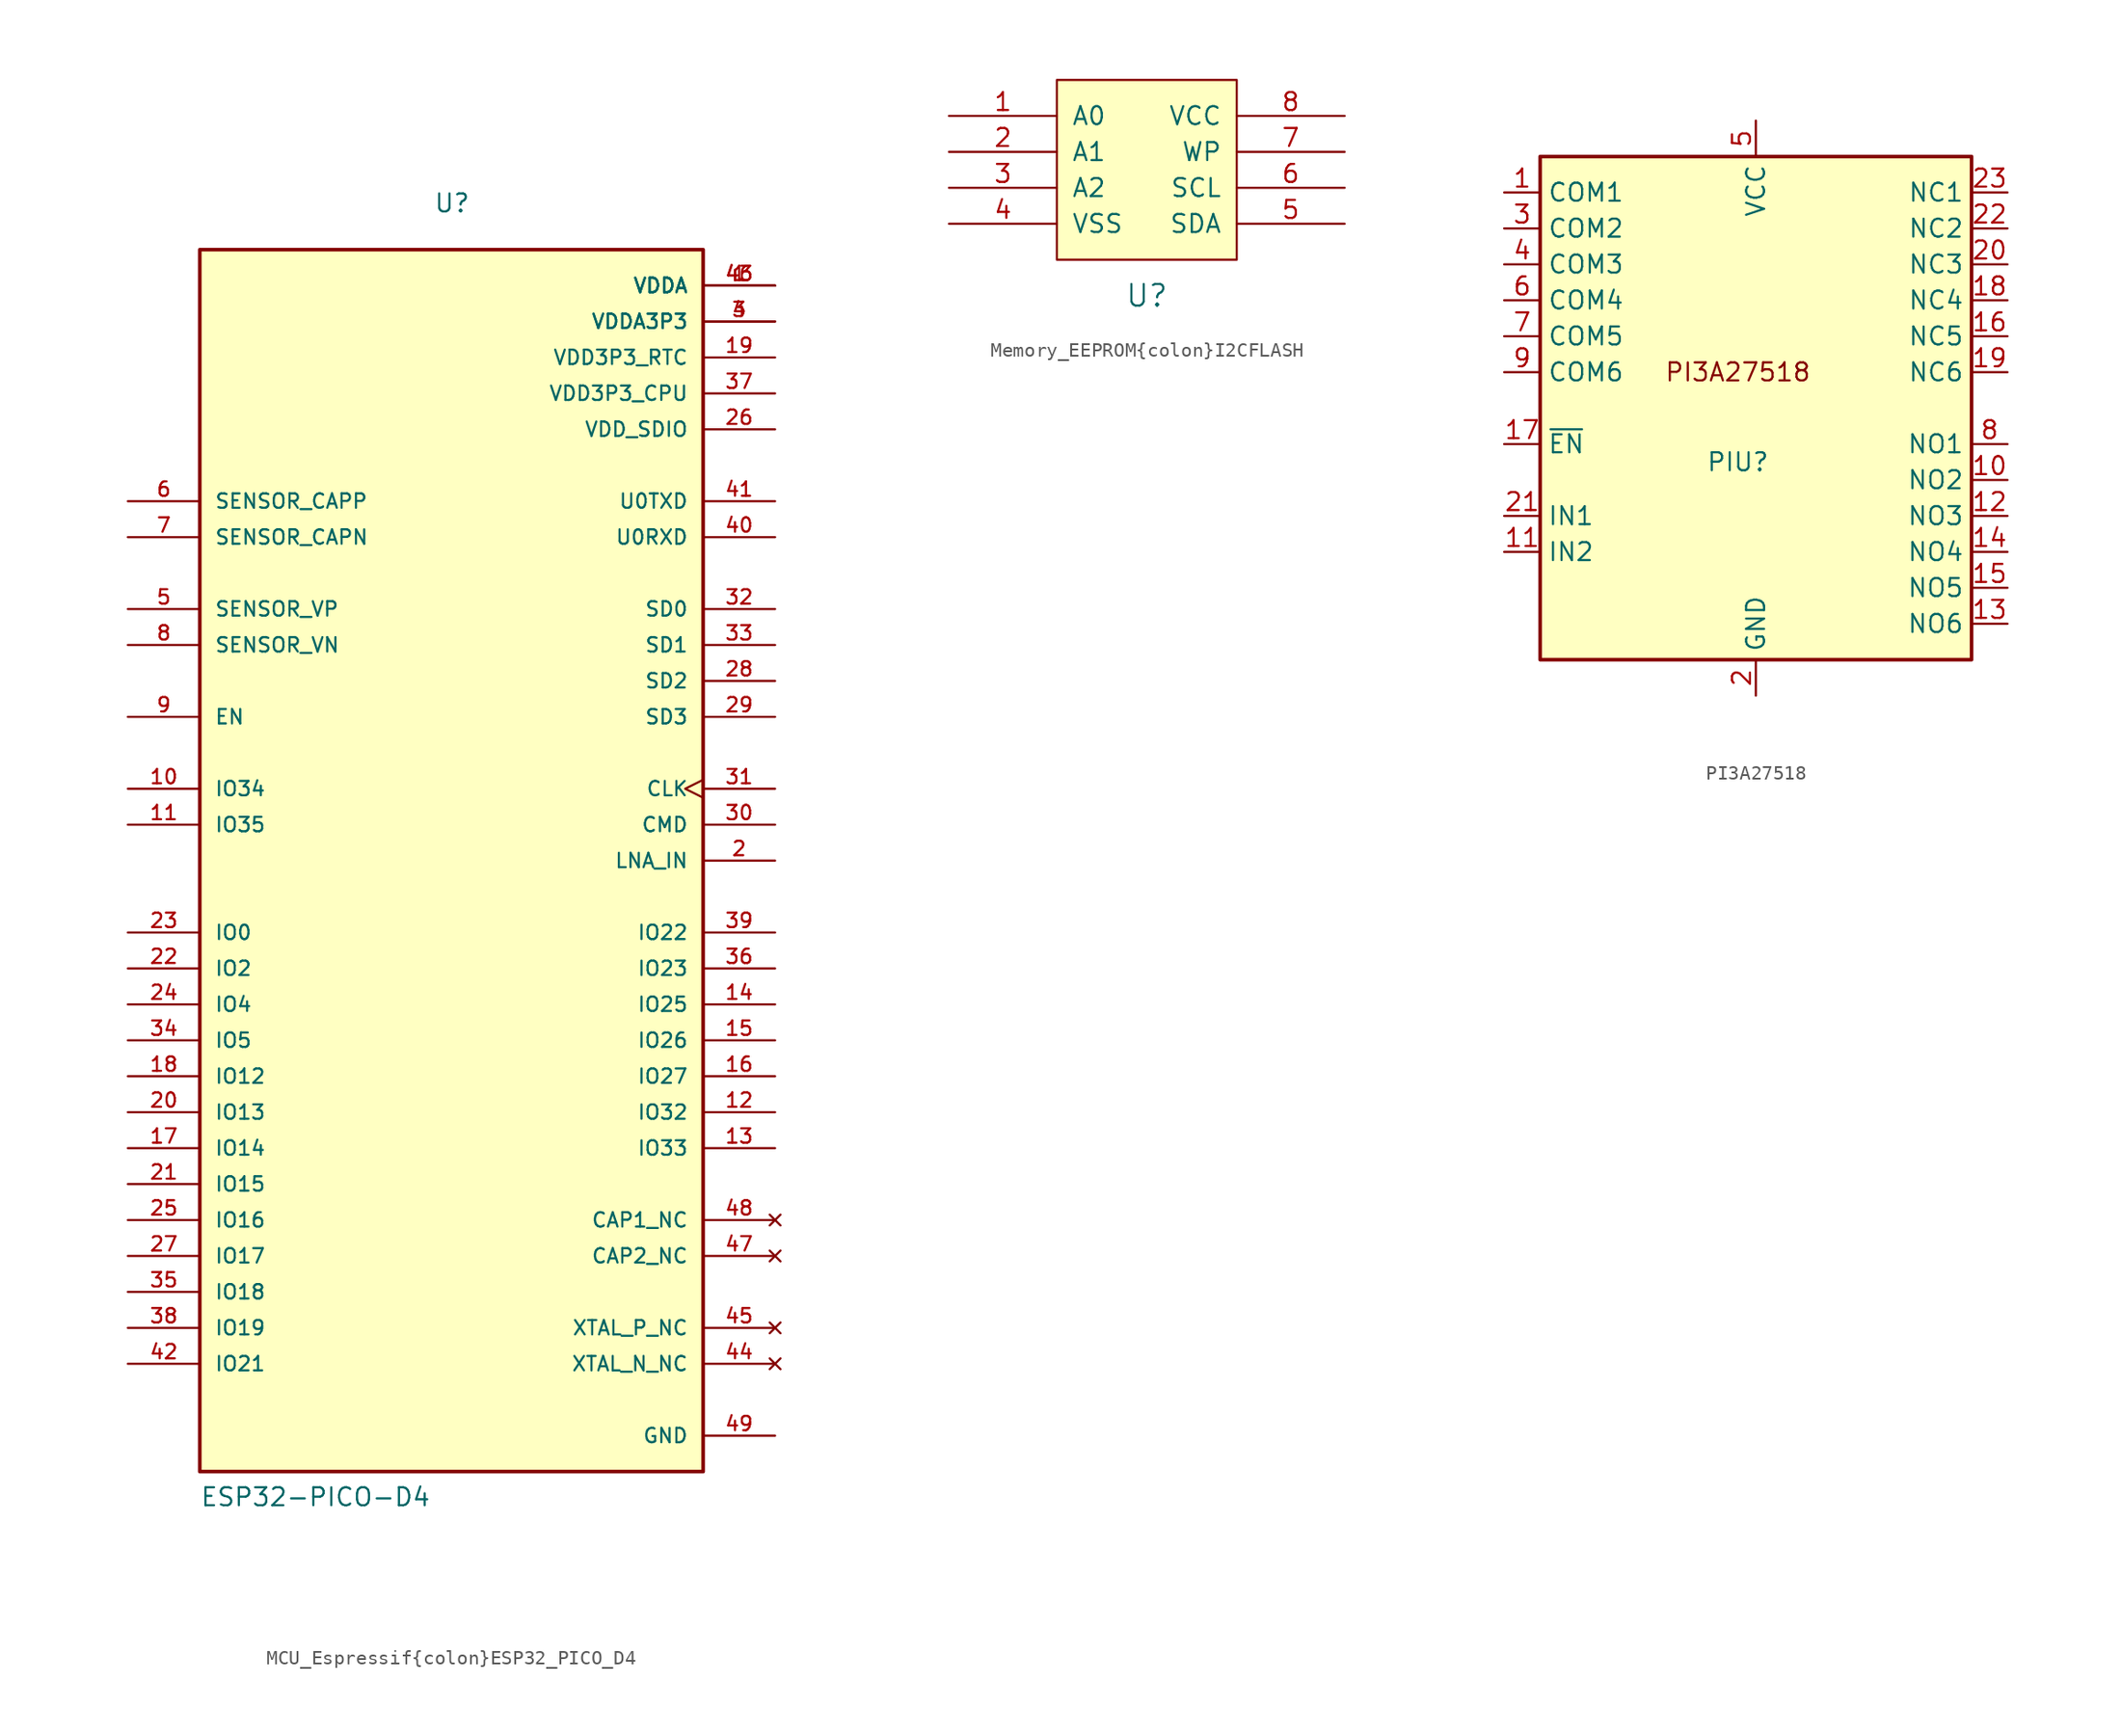
<source format=kicad_sym>
(kicad_symbol_lib
  (version 20220914)
  (generator kicad_symbol_editor)
  (symbol "MCU_Espressif{colon}ESP32_PICO_D4"
    (pin_names
      (offset 1.016))
    (property "Reference" "U"
      (at -1.27 45.72 0)
      (effects (font (size 1.27 1.27)) (justify left bottom)))
    (property "Value" "ESP32-PICO-D4"
      (at -17.78 -45.72 0)
      (effects (font (size 1.27 1.27)) (justify left bottom)))
    (symbol "MCU_Espressif{colon}ESP32_PICO_D4_0_0"
      (rectangle (start -17.78 -43.18) (end 17.78 43.18) (stroke (width 0.254) (type default)) (fill (type background)))
      (pin power_in line (at 22.86 40.64 180) (length 5.08) (name "VDDA" (effects (font (size 1.016 1.016)))) (number "1" (effects (font (size 1.016 1.016)))))
      (pin input line (at -22.86 5.08 0) (length 5.08) (name "IO34" (effects (font (size 1.016 1.016)))) (number "10" (effects (font (size 1.016 1.016)))))
      (pin input line (at -22.86 2.54 0) (length 5.08) (name "IO35" (effects (font (size 1.016 1.016)))) (number "11" (effects (font (size 1.016 1.016)))))
      (pin bidirectional line (at 22.86 -17.78 180) (length 5.08) (name "IO32" (effects (font (size 1.016 1.016)))) (number "12" (effects (font (size 1.016 1.016)))))
      (pin bidirectional line (at 22.86 -20.32 180) (length 5.08) (name "IO33" (effects (font (size 1.016 1.016)))) (number "13" (effects (font (size 1.016 1.016)))))
      (pin bidirectional line (at 22.86 -10.16 180) (length 5.08) (name "IO25" (effects (font (size 1.016 1.016)))) (number "14" (effects (font (size 1.016 1.016)))))
      (pin bidirectional line (at 22.86 -12.7 180) (length 5.08) (name "IO26" (effects (font (size 1.016 1.016)))) (number "15" (effects (font (size 1.016 1.016)))))
      (pin bidirectional line (at 22.86 -15.24 180) (length 5.08) (name "IO27" (effects (font (size 1.016 1.016)))) (number "16" (effects (font (size 1.016 1.016)))))
      (pin bidirectional line (at -22.86 -20.32 0) (length 5.08) (name "IO14" (effects (font (size 1.016 1.016)))) (number "17" (effects (font (size 1.016 1.016)))))
      (pin bidirectional line (at -22.86 -15.24 0) (length 5.08) (name "IO12" (effects (font (size 1.016 1.016)))) (number "18" (effects (font (size 1.016 1.016)))))
      (pin power_in line (at 22.86 35.56 180) (length 5.08) (name "VDD3P3_RTC" (effects (font (size 1.016 1.016)))) (number "19" (effects (font (size 1.016 1.016)))))
      (pin bidirectional line (at 22.86 0 180) (length 5.08) (name "LNA_IN" (effects (font (size 1.016 1.016)))) (number "2" (effects (font (size 1.016 1.016)))))
      (pin bidirectional line (at -22.86 -17.78 0) (length 5.08) (name "IO13" (effects (font (size 1.016 1.016)))) (number "20" (effects (font (size 1.016 1.016)))))
      (pin bidirectional line (at -22.86 -22.86 0) (length 5.08) (name "IO15" (effects (font (size 1.016 1.016)))) (number "21" (effects (font (size 1.016 1.016)))))
      (pin bidirectional line (at -22.86 -7.62 0) (length 5.08) (name "IO2" (effects (font (size 1.016 1.016)))) (number "22" (effects (font (size 1.016 1.016)))))
      (pin bidirectional line (at -22.86 -5.08 0) (length 5.08) (name "IO0" (effects (font (size 1.016 1.016)))) (number "23" (effects (font (size 1.016 1.016)))))
      (pin bidirectional line (at -22.86 -10.16 0) (length 5.08) (name "IO4" (effects (font (size 1.016 1.016)))) (number "24" (effects (font (size 1.016 1.016)))))
      (pin bidirectional line (at -22.86 -25.4 0) (length 5.08) (name "IO16" (effects (font (size 1.016 1.016)))) (number "25" (effects (font (size 1.016 1.016)))))
      (pin power_in line (at 22.86 30.48 180) (length 5.08) (name "VDD_SDIO" (effects (font (size 1.016 1.016)))) (number "26" (effects (font (size 1.016 1.016)))))
      (pin bidirectional line (at -22.86 -27.94 0) (length 5.08) (name "IO17" (effects (font (size 1.016 1.016)))) (number "27" (effects (font (size 1.016 1.016)))))
      (pin bidirectional line (at 22.86 12.7 180) (length 5.08) (name "SD2" (effects (font (size 1.016 1.016)))) (number "28" (effects (font (size 1.016 1.016)))))
      (pin bidirectional line (at 22.86 10.16 180) (length 5.08) (name "SD3" (effects (font (size 1.016 1.016)))) (number "29" (effects (font (size 1.016 1.016)))))
      (pin power_in line (at 22.86 38.1 180) (length 5.08) (name "VDDA3P3" (effects (font (size 1.016 1.016)))) (number "3" (effects (font (size 1.016 1.016)))))
      (pin bidirectional line (at 22.86 2.54 180) (length 5.08) (name "CMD" (effects (font (size 1.016 1.016)))) (number "30" (effects (font (size 1.016 1.016)))))
      (pin bidirectional clock (at 22.86 5.08 180) (length 5.08) (name "CLK" (effects (font (size 1.016 1.016)))) (number "31" (effects (font (size 1.016 1.016)))))
      (pin bidirectional line (at 22.86 17.78 180) (length 5.08) (name "SD0" (effects (font (size 1.016 1.016)))) (number "32" (effects (font (size 1.016 1.016)))))
      (pin bidirectional line (at 22.86 15.24 180) (length 5.08) (name "SD1" (effects (font (size 1.016 1.016)))) (number "33" (effects (font (size 1.016 1.016)))))
      (pin bidirectional line (at -22.86 -12.7 0) (length 5.08) (name "IO5" (effects (font (size 1.016 1.016)))) (number "34" (effects (font (size 1.016 1.016)))))
      (pin bidirectional line (at -22.86 -30.48 0) (length 5.08) (name "IO18" (effects (font (size 1.016 1.016)))) (number "35" (effects (font (size 1.016 1.016)))))
      (pin bidirectional line (at 22.86 -7.62 180) (length 5.08) (name "IO23" (effects (font (size 1.016 1.016)))) (number "36" (effects (font (size 1.016 1.016)))))
      (pin power_in line (at 22.86 33.02 180) (length 5.08) (name "VDD3P3_CPU" (effects (font (size 1.016 1.016)))) (number "37" (effects (font (size 1.016 1.016)))))
      (pin bidirectional line (at -22.86 -33.02 0) (length 5.08) (name "IO19" (effects (font (size 1.016 1.016)))) (number "38" (effects (font (size 1.016 1.016)))))
      (pin bidirectional line (at 22.86 -5.08 180) (length 5.08) (name "IO22" (effects (font (size 1.016 1.016)))) (number "39" (effects (font (size 1.016 1.016)))))
      (pin power_in line (at 22.86 38.1 180) (length 5.08) (name "VDDA3P3" (effects (font (size 1.016 1.016)))) (number "4" (effects (font (size 1.016 1.016)))))
      (pin bidirectional line (at 22.86 22.86 180) (length 5.08) (name "U0RXD" (effects (font (size 1.016 1.016)))) (number "40" (effects (font (size 1.016 1.016)))))
      (pin bidirectional line (at 22.86 25.4 180) (length 5.08) (name "U0TXD" (effects (font (size 1.016 1.016)))) (number "41" (effects (font (size 1.016 1.016)))))
      (pin bidirectional line (at -22.86 -35.56 0) (length 5.08) (name "IO21" (effects (font (size 1.016 1.016)))) (number "42" (effects (font (size 1.016 1.016)))))
      (pin power_in line (at 22.86 40.64 180) (length 5.08) (name "VDDA" (effects (font (size 1.016 1.016)))) (number "43" (effects (font (size 1.016 1.016)))))
      (pin no_connect line (at 22.86 -35.56 180) (length 5.08) (name "XTAL_N_NC" (effects (font (size 1.016 1.016)))) (number "44" (effects (font (size 1.016 1.016)))))
      (pin no_connect line (at 22.86 -33.02 180) (length 5.08) (name "XTAL_P_NC" (effects (font (size 1.016 1.016)))) (number "45" (effects (font (size 1.016 1.016)))))
      (pin power_in line (at 22.86 40.64 180) (length 5.08) (name "VDDA" (effects (font (size 1.016 1.016)))) (number "46" (effects (font (size 1.016 1.016)))))
      (pin no_connect line (at 22.86 -27.94 180) (length 5.08) (name "CAP2_NC" (effects (font (size 1.016 1.016)))) (number "47" (effects (font (size 1.016 1.016)))))
      (pin no_connect line (at 22.86 -25.4 180) (length 5.08) (name "CAP1_NC" (effects (font (size 1.016 1.016)))) (number "48" (effects (font (size 1.016 1.016)))))
      (pin power_in line (at 22.86 -40.64 180) (length 5.08) (name "GND" (effects (font (size 1.016 1.016)))) (number "49" (effects (font (size 1.016 1.016)))))
      (pin input line (at -22.86 17.78 0) (length 5.08) (name "SENSOR_VP" (effects (font (size 1.016 1.016)))) (number "5" (effects (font (size 1.016 1.016)))))
      (pin input line (at -22.86 25.4 0) (length 5.08) (name "SENSOR_CAPP" (effects (font (size 1.016 1.016)))) (number "6" (effects (font (size 1.016 1.016)))))
      (pin input line (at -22.86 22.86 0) (length 5.08) (name "SENSOR_CAPN" (effects (font (size 1.016 1.016)))) (number "7" (effects (font (size 1.016 1.016)))))
      (pin input line (at -22.86 15.24 0) (length 5.08) (name "SENSOR_VN" (effects (font (size 1.016 1.016)))) (number "8" (effects (font (size 1.016 1.016)))))
      (pin input line (at -22.86 10.16 0) (length 5.08) (name "EN" (effects (font (size 1.016 1.016)))) (number "9" (effects (font (size 1.016 1.016)))))))
  (symbol "Memory_EEPROM{colon}I2CFLASH"
    (pin_names
      (offset 1.016))
    (property "Reference" "U"
      (at 0 -8.89 0)
      (effects (font (size 1.524 1.524))))
    (symbol "Memory_EEPROM{colon}I2CFLASH_0_1"
      (rectangle (start -6.35 6.35) (end 6.35 -6.35) (stroke (width 0) (type default)) (fill (type background))))
    (symbol "Memory_EEPROM{colon}I2CFLASH_1_1"
      (pin input line (at -13.97 3.81 0) (length 7.62) (name "A0" (effects (font (size 1.27 1.27)))) (number "1" (effects (font (size 1.27 1.27)))))
      (pin input line (at -13.97 1.27 0) (length 7.62) (name "A1" (effects (font (size 1.27 1.27)))) (number "2" (effects (font (size 1.27 1.27)))))
      (pin input line (at -13.97 -1.27 0) (length 7.62) (name "A2" (effects (font (size 1.27 1.27)))) (number "3" (effects (font (size 1.27 1.27)))))
      (pin input line (at -13.97 -3.81 0) (length 7.62) (name "VSS" (effects (font (size 1.27 1.27)))) (number "4" (effects (font (size 1.27 1.27)))))
      (pin input line (at 13.97 -3.81 180) (length 7.62) (name "SDA" (effects (font (size 1.27 1.27)))) (number "5" (effects (font (size 1.27 1.27)))))
      (pin input line (at 13.97 -1.27 180) (length 7.62) (name "SCL" (effects (font (size 1.27 1.27)))) (number "6" (effects (font (size 1.27 1.27)))))
      (pin input line (at 13.97 1.27 180) (length 7.62) (name "WP" (effects (font (size 1.27 1.27)))) (number "7" (effects (font (size 1.27 1.27)))))
      (pin input line (at 13.97 3.81 180) (length 7.62) (name "VCC" (effects (font (size 1.27 1.27)))) (number "8" (effects (font (size 1.27 1.27)))))))
  (symbol "PI3A27518"
    (property "Reference" "PIU"
      (at 0 0 0)
      (effects (font (size 1.27 1.27))))
    (property "Value" ""
      (at 0 0 0)
      (effects (font (size 1.27 1.27))))
    (symbol "PI3A27518_0_1"
      (rectangle (start -13.97 21.59) (end 16.51 -13.97) (stroke (width 0.254) (type default)) (fill (type background)))
      (text "PI3A27518" (at 0 6.35 0) (effects (font (size 1.27 1.27)))))
    (symbol "PI3A27518_1_1"
      (pin bidirectional line (at -16.51 19.05 0) (length 2.54) (name "COM1" (effects (font (size 1.27 1.27)))) (number "1" (effects (font (size 1.27 1.27)))))
      (pin bidirectional line (at 19.05 -1.27 180) (length 2.54) (name "NO2" (effects (font (size 1.27 1.27)))) (number "10" (effects (font (size 1.27 1.27)))))
      (pin input line (at -16.51 -6.35 0) (length 2.54) (name "IN2" (effects (font (size 1.27 1.27)))) (number "11" (effects (font (size 1.27 1.27)))))
      (pin bidirectional line (at 19.05 -3.81 180) (length 2.54) (name "NO3" (effects (font (size 1.27 1.27)))) (number "12" (effects (font (size 1.27 1.27)))))
      (pin bidirectional line (at 19.05 -11.43 180) (length 2.54) (name "NO6" (effects (font (size 1.27 1.27)))) (number "13" (effects (font (size 1.27 1.27)))))
      (pin bidirectional line (at 19.05 -6.35 180) (length 2.54) (name "NO4" (effects (font (size 1.27 1.27)))) (number "14" (effects (font (size 1.27 1.27)))))
      (pin bidirectional line (at 19.05 -8.89 180) (length 2.54) (name "NO5" (effects (font (size 1.27 1.27)))) (number "15" (effects (font (size 1.27 1.27)))))
      (pin bidirectional line (at 19.05 8.89 180) (length 2.54) (name "NC5" (effects (font (size 1.27 1.27)))) (number "16" (effects (font (size 1.27 1.27)))))
      (pin input line (at -16.51 1.27 0) (length 2.54) (name "~{EN}" (effects (font (size 1.27 1.27)))) (number "17" (effects (font (size 1.27 1.27)))))
      (pin bidirectional line (at 19.05 11.43 180) (length 2.54) (name "NC4" (effects (font (size 1.27 1.27)))) (number "18" (effects (font (size 1.27 1.27)))))
      (pin bidirectional line (at 19.05 6.35 180) (length 2.54) (name "NC6" (effects (font (size 1.27 1.27)))) (number "19" (effects (font (size 1.27 1.27)))))
      (pin power_in line (at 1.27 -16.51 90) (length 2.54) (name "GND" (effects (font (size 1.27 1.27)))) (number "2" (effects (font (size 1.27 1.27)))))
      (pin bidirectional line (at 19.05 13.97 180) (length 2.54) (name "NC3" (effects (font (size 1.27 1.27)))) (number "20" (effects (font (size 1.27 1.27)))))
      (pin input line (at -16.51 -3.81 0) (length 2.54) (name "IN1" (effects (font (size 1.27 1.27)))) (number "21" (effects (font (size 1.27 1.27)))))
      (pin bidirectional line (at 19.05 16.51 180) (length 2.54) (name "NC2" (effects (font (size 1.27 1.27)))) (number "22" (effects (font (size 1.27 1.27)))))
      (pin bidirectional line (at 19.05 19.05 180) (length 2.54) (name "NC1" (effects (font (size 1.27 1.27)))) (number "23" (effects (font (size 1.27 1.27)))))
      (pin no_connect line (at -13.97 -11.43 0) (length 2.54) hide (name "N.C." (effects (font (size 1.27 1.27)))) (number "24" (effects (font (size 1.27 1.27)))))
      (pin passive line (at 1.27 -16.51 90) (length 2.54) hide (name "GND" (effects (font (size 1.27 1.27)))) (number "25" (effects (font (size 1.27 1.27)))))
      (pin bidirectional line (at -16.51 16.51 0) (length 2.54) (name "COM2" (effects (font (size 1.27 1.27)))) (number "3" (effects (font (size 1.27 1.27)))))
      (pin bidirectional line (at -16.51 13.97 0) (length 2.54) (name "COM3" (effects (font (size 1.27 1.27)))) (number "4" (effects (font (size 1.27 1.27)))))
      (pin power_in line (at 1.27 24.13 270) (length 2.54) (name "VCC" (effects (font (size 1.27 1.27)))) (number "5" (effects (font (size 1.27 1.27)))))
      (pin bidirectional line (at -16.51 11.43 0) (length 2.54) (name "COM4" (effects (font (size 1.27 1.27)))) (number "6" (effects (font (size 1.27 1.27)))))
      (pin bidirectional line (at -16.51 8.89 0) (length 2.54) (name "COM5" (effects (font (size 1.27 1.27)))) (number "7" (effects (font (size 1.27 1.27)))))
      (pin bidirectional line (at 19.05 1.27 180) (length 2.54) (name "NO1" (effects (font (size 1.27 1.27)))) (number "8" (effects (font (size 1.27 1.27)))))
      (pin bidirectional line (at -16.51 6.35 0) (length 2.54) (name "COM6" (effects (font (size 1.27 1.27)))) (number "9" (effects (font (size 1.27 1.27))))))))
</source>
